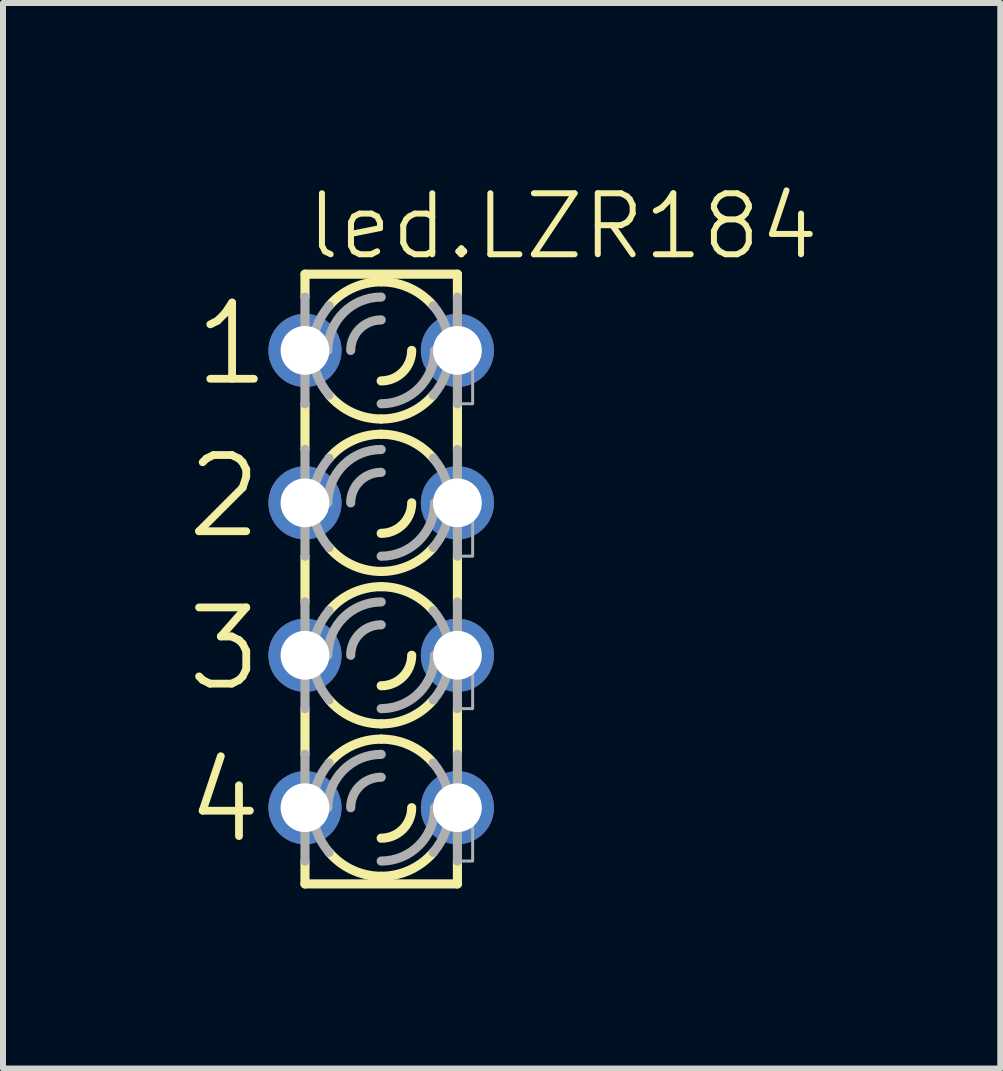
<source format=kicad_pcb>
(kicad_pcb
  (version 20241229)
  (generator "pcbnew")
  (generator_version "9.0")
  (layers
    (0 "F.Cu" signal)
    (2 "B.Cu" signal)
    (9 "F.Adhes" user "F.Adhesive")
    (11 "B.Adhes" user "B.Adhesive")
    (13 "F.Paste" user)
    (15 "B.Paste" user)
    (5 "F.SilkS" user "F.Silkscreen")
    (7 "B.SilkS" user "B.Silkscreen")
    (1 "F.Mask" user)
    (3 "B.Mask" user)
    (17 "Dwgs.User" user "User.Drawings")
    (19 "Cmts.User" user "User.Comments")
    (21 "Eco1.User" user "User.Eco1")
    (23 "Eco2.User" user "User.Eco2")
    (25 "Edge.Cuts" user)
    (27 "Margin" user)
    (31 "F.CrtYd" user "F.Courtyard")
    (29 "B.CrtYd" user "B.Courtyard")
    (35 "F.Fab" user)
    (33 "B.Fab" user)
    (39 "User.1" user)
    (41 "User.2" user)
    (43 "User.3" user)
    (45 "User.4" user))
  (footprint "led.LZR184"
    (layer "F.Cu")
    (at 3.302 6.599)
    (property "Reference" "led.LZR184" (at -1.295 -5.283 0) (layer "F.SilkS") (effects (font (size 1.016 1.016) (thickness 0.1)) (justify left bottom)))
    (attr through_hole)
    (fp_line (start -1.27 -5.08) (end -1.27 -4.699) (stroke (width 0.152) (type default)) (layer "F.SilkS"))
    (fp_line (start -1.27 -2.921) (end -1.27 -2.159) (stroke (width 0.152) (type default)) (layer "F.SilkS"))
    (fp_line (start -1.27 -0.381) (end -1.27 0.381) (stroke (width 0.152) (type default)) (layer "F.SilkS"))
    (fp_line (start -1.27 2.159) (end -1.27 2.921) (stroke (width 0.152) (type default)) (layer "F.SilkS"))
    (fp_line (start -1.27 5.08) (end -1.27 4.699) (stroke (width 0.152) (type default)) (layer "F.SilkS"))
    (fp_line (start 1.27 -5.08) (end -1.27 -5.08) (stroke (width 0.152) (type default)) (layer "F.SilkS"))
    (fp_line (start 1.27 -5.08) (end 1.27 -4.699) (stroke (width 0.152) (type default)) (layer "F.SilkS"))
    (fp_line (start 1.27 -2.921) (end 1.27 -2.159) (stroke (width 0.152) (type default)) (layer "F.SilkS"))
    (fp_line (start 1.27 -0.381) (end 1.27 0.381) (stroke (width 0.152) (type default)) (layer "F.SilkS"))
    (fp_line (start 1.27 2.159) (end 1.27 2.921) (stroke (width 0.152) (type default)) (layer "F.SilkS"))
    (fp_line (start 1.27 5.08) (end -1.27 5.08) (stroke (width 0.152) (type default)) (layer "F.SilkS"))
    (fp_line (start 1.27 5.08) (end 1.27 4.699) (stroke (width 0.152) (type default)) (layer "F.SilkS"))
    (fp_arc (start -0.8678 -4.5539) (mid -0.477588 -4.848445) (end 0 -4.953) (stroke (width 0.1524) (type default)) (layer "F.SilkS"))
    (fp_arc (start -0.8678 -2.0139) (mid -0.477588 -2.308445) (end 0 -2.413) (stroke (width 0.1524) (type default)) (layer "F.SilkS"))
    (fp_arc (start -0.8678 0.5261) (mid -0.477588 0.231555) (end 0 0.127) (stroke (width 0.1524) (type default)) (layer "F.SilkS"))
    (fp_arc (start -0.8678 3.0661) (mid -0.477588 2.771555) (end 0 2.667) (stroke (width 0.1524) (type default)) (layer "F.SilkS"))
    (fp_arc (start 0 -4.953) (mid 0.477588 -4.848445) (end 0.8678 -4.5539) (stroke (width 0.1524) (type default)) (layer "F.SilkS"))
    (fp_arc (start 0 -2.667) (mid -0.477588 -2.771555) (end -0.8678 -3.0661) (stroke (width 0.1524) (type default)) (layer "F.SilkS"))
    (fp_arc (start 0 -2.413) (mid 0.477588 -2.308445) (end 0.8678 -2.0139) (stroke (width 0.1524) (type default)) (layer "F.SilkS"))
    (fp_arc (start 0 -0.127) (mid -0.477588 -0.231555) (end -0.8678 -0.5261) (stroke (width 0.1524) (type default)) (layer "F.SilkS"))
    (fp_arc (start 0 0.127) (mid 0.477588 0.231555) (end 0.8678 0.5261) (stroke (width 0.1524) (type default)) (layer "F.SilkS"))
    (fp_arc (start 0 2.413) (mid -0.477588 2.308445) (end -0.8678 2.0139) (stroke (width 0.1524) (type default)) (layer "F.SilkS"))
    (fp_arc (start 0 2.667) (mid 0.477588 2.771555) (end 0.8678 3.0661) (stroke (width 0.1524) (type default)) (layer "F.SilkS"))
    (fp_arc (start 0 4.953) (mid -0.477588 4.848445) (end -0.8678 4.5539) (stroke (width 0.1524) (type default)) (layer "F.SilkS"))
    (fp_arc (start 0.508 -3.81) (mid 0.35921 -3.45079) (end 0 -3.302) (stroke (width 0.1524) (type default)) (layer "F.SilkS"))
    (fp_arc (start 0.508 -1.27) (mid 0.35921 -0.91079) (end 0 -0.762) (stroke (width 0.1524) (type default)) (layer "F.SilkS"))
    (fp_arc (start 0.508 1.27) (mid 0.35921 1.62921) (end 0 1.778) (stroke (width 0.1524) (type default)) (layer "F.SilkS"))
    (fp_arc (start 0.508 3.81) (mid 0.35921 4.16921) (end 0 4.318) (stroke (width 0.1524) (type default)) (layer "F.SilkS"))
    (fp_arc (start 0.8678 -3.0661) (mid 0.477588 -2.771555) (end 0 -2.667) (stroke (width 0.1524) (type default)) (layer "F.SilkS"))
    (fp_arc (start 0.8678 -0.5261) (mid 0.477588 -0.231555) (end 0 -0.127) (stroke (width 0.1524) (type default)) (layer "F.SilkS"))
    (fp_arc (start 0.8678 2.0139) (mid 0.477588 2.308445) (end 0 2.413) (stroke (width 0.1524) (type default)) (layer "F.SilkS"))
    (fp_arc (start 0.8678 4.5539) (mid 0.477588 4.848445) (end 0 4.953) (stroke (width 0.1524) (type default)) (layer "F.SilkS"))
    (fp_line (start -1.27 -2.921) (end -1.27 -4.699) (stroke (width 0.152) (type default)) (layer "F.Fab"))
    (fp_line (start -1.27 -0.381) (end -1.27 -2.159) (stroke (width 0.152) (type default)) (layer "F.Fab"))
    (fp_line (start -1.27 2.159) (end -1.27 0.381) (stroke (width 0.152) (type default)) (layer "F.Fab"))
    (fp_line (start -1.27 4.699) (end -1.27 2.921) (stroke (width 0.152) (type default)) (layer "F.Fab"))
    (fp_line (start 1.27 -2.921) (end 1.27 -4.699) (stroke (width 0.152) (type default)) (layer "F.Fab"))
    (fp_line (start 1.27 -0.381) (end 1.27 -2.159) (stroke (width 0.152) (type default)) (layer "F.Fab"))
    (fp_line (start 1.27 2.159) (end 1.27 0.381) (stroke (width 0.152) (type default)) (layer "F.Fab"))
    (fp_line (start 1.27 4.699) (end 1.27 2.921) (stroke (width 0.152) (type default)) (layer "F.Fab"))
    (fp_rect (start -1.524 -3.556) (end -1.27 -4.064) (stroke (width 0.05) (type default)) (fill no) (layer "F.Fab"))
    (fp_rect (start -1.524 -1.016) (end -1.27 -1.524) (stroke (width 0.05) (type default)) (fill no) (layer "F.Fab"))
    (fp_rect (start -1.524 1.524) (end -1.27 1.016) (stroke (width 0.05) (type default)) (fill no) (layer "F.Fab"))
    (fp_rect (start -1.524 4.064) (end -1.27 3.556) (stroke (width 0.05) (type default)) (fill no) (layer "F.Fab"))
    (fp_rect (start 1.27 -2.921) (end 1.524 -4.064) (stroke (width 0.05) (type default)) (fill no) (layer "F.Fab"))
    (fp_rect (start 1.27 -0.381) (end 1.524 -1.524) (stroke (width 0.05) (type default)) (fill no) (layer "F.Fab"))
    (fp_rect (start 1.27 2.159) (end 1.524 1.016) (stroke (width 0.05) (type default)) (fill no) (layer "F.Fab"))
    (fp_rect (start 1.27 4.699) (end 1.524 3.556) (stroke (width 0.05) (type default)) (fill no) (layer "F.Fab"))
    (fp_arc (start -1.143 -3.81) (mid -1.071949 -4.206597) (end -0.8677 -4.5539) (stroke (width 0.1524) (type default)) (layer "F.Fab"))
    (fp_arc (start -1.143 -1.27) (mid -1.071949 -1.666597) (end -0.8677 -2.0139) (stroke (width 0.1524) (type default)) (layer "F.Fab"))
    (fp_arc (start -1.143 1.27) (mid -1.071996 0.873413) (end -0.8678 0.5261) (stroke (width 0.1524) (type default)) (layer "F.Fab"))
    (fp_arc (start -1.143 3.81) (mid -1.071996 3.413413) (end -0.8678 3.0661) (stroke (width 0.1524) (type default)) (layer "F.Fab"))
    (fp_arc (start -0.889 -3.81) (mid -0.628618 -4.438618) (end 0 -4.699) (stroke (width 0.1524) (type default)) (layer "F.Fab"))
    (fp_arc (start -0.889 -1.27) (mid -0.628618 -1.898618) (end 0 -2.159) (stroke (width 0.1524) (type default)) (layer "F.Fab"))
    (fp_arc (start -0.889 1.27) (mid -0.628618 0.641382) (end 0 0.381) (stroke (width 0.1524) (type default)) (layer "F.Fab"))
    (fp_arc (start -0.889 3.81) (mid -0.628618 3.181382) (end 0 2.921) (stroke (width 0.1524) (type default)) (layer "F.Fab"))
    (fp_arc (start -0.8678 -3.0661) (mid -1.071996 -3.413413) (end -1.143 -3.81) (stroke (width 0.1524) (type default)) (layer "F.Fab"))
    (fp_arc (start -0.8678 -0.5261) (mid -1.071996 -0.873413) (end -1.143 -1.27) (stroke (width 0.1524) (type default)) (layer "F.Fab"))
    (fp_arc (start -0.8677 2.0139) (mid -1.071949 1.666597) (end -1.143 1.27) (stroke (width 0.1524) (type default)) (layer "F.Fab"))
    (fp_arc (start -0.8677 4.5539) (mid -1.071949 4.206597) (end -1.143 3.81) (stroke (width 0.1524) (type default)) (layer "F.Fab"))
    (fp_arc (start -0.508 -3.81) (mid -0.35921 -4.16921) (end 0 -4.318) (stroke (width 0.1524) (type default)) (layer "F.Fab"))
    (fp_arc (start -0.508 -1.27) (mid -0.35921 -1.62921) (end 0 -1.778) (stroke (width 0.1524) (type default)) (layer "F.Fab"))
    (fp_arc (start -0.508 1.27) (mid -0.35921 0.91079) (end 0 0.762) (stroke (width 0.1524) (type default)) (layer "F.Fab"))
    (fp_arc (start -0.508 3.81) (mid -0.35921 3.45079) (end 0 3.302) (stroke (width 0.1524) (type default)) (layer "F.Fab"))
    (fp_arc (start 0.8678 -4.5539) (mid 1.072043 -4.206595) (end 1.1431 -3.81) (stroke (width 0.1524) (type default)) (layer "F.Fab"))
    (fp_arc (start 0.8678 -2.0139) (mid 1.072043 -1.666595) (end 1.1431 -1.27) (stroke (width 0.1524) (type default)) (layer "F.Fab"))
    (fp_arc (start 0.8678 0.5261) (mid 1.071949 0.873421) (end 1.1429 1.27) (stroke (width 0.1524) (type default)) (layer "F.Fab"))
    (fp_arc (start 0.8678 3.0661) (mid 1.071949 3.413421) (end 1.1429 3.81) (stroke (width 0.1524) (type default)) (layer "F.Fab"))
    (fp_arc (start 0.889 -3.81) (mid 0.628618 -3.181382) (end 0 -2.921) (stroke (width 0.1524) (type default)) (layer "F.Fab"))
    (fp_arc (start 0.889 -1.27) (mid 0.628618 -0.641382) (end 0 -0.381) (stroke (width 0.1524) (type default)) (layer "F.Fab"))
    (fp_arc (start 0.889 1.27) (mid 0.628618 1.898618) (end 0 2.159) (stroke (width 0.1524) (type default)) (layer "F.Fab"))
    (fp_arc (start 0.889 3.81) (mid 0.628618 4.438618) (end 0 4.699) (stroke (width 0.1524) (type default)) (layer "F.Fab"))
    (fp_arc (start 1.1429 -3.81) (mid 1.071949 -3.413421) (end 0.8678 -3.0661) (stroke (width 0.1524) (type default)) (layer "F.Fab"))
    (fp_arc (start 1.1429 -1.27) (mid 1.071949 -0.873421) (end 0.8678 -0.5261) (stroke (width 0.1524) (type default)) (layer "F.Fab"))
    (fp_arc (start 1.1431 1.27) (mid 1.072043 1.666595) (end 0.8678 2.0139) (stroke (width 0.1524) (type default)) (layer "F.Fab"))
    (fp_arc (start 1.1431 3.81) (mid 1.072043 4.206595) (end 0.8678 4.5539) (stroke (width 0.1524) (type default)) (layer "F.Fab"))
    (fp_text user "1" (at -3.175 -3.175 0) (layer "F.SilkS") (effects (font (size 1.27 1.27) (thickness 0.13)) (justify left bottom)))
    (fp_text user "3" (at -3.302 1.905 0) (layer "F.SilkS") (effects (font (size 1.27 1.27) (thickness 0.13)) (justify left bottom)))
    (fp_text user "4" (at -3.302 4.445 0) (layer "F.SilkS") (effects (font (size 1.27 1.27) (thickness 0.13)) (justify left bottom)))
    (fp_text user "2" (at -3.302 -0.635 0) (layer "F.SilkS") (effects (font (size 1.27 1.27) (thickness 0.13)) (justify left bottom)))
    (pad "A1" thru_hole circle (at -1.27 -3.81) (size 1.219 1.219) (drill 0.813) (layers "*.Cu" "*.Mask"))
    (pad "A2" thru_hole circle (at -1.27 -1.27) (size 1.219 1.219) (drill 0.813) (layers "*.Cu" "*.Mask"))
    (pad "A3" thru_hole circle (at -1.27 1.27) (size 1.219 1.219) (drill 0.813) (layers "*.Cu" "*.Mask"))
    (pad "A4" thru_hole circle (at -1.27 3.81) (size 1.219 1.219) (drill 0.813) (layers "*.Cu" "*.Mask"))
    (pad "K1" thru_hole circle (at 1.27 -3.81) (size 1.219 1.219) (drill 0.813) (layers "*.Cu" "*.Mask"))
    (pad "K2" thru_hole circle (at 1.27 -1.27) (size 1.219 1.219) (drill 0.813) (layers "*.Cu" "*.Mask"))
    (pad "K3" thru_hole circle (at 1.27 1.27) (size 1.219 1.219) (drill 0.813) (layers "*.Cu" "*.Mask"))
    (pad "K4" thru_hole circle (at 1.27 3.81) (size 1.219 1.219) (drill 0.813) (layers "*.Cu" "*.Mask")))
  (gr_rect
    (start -3 -3)
    (end 13.618 14.755)
    (stroke (width 0.1) (type default))
    (fill no)
    (layer "Edge.Cuts")))
</source>
